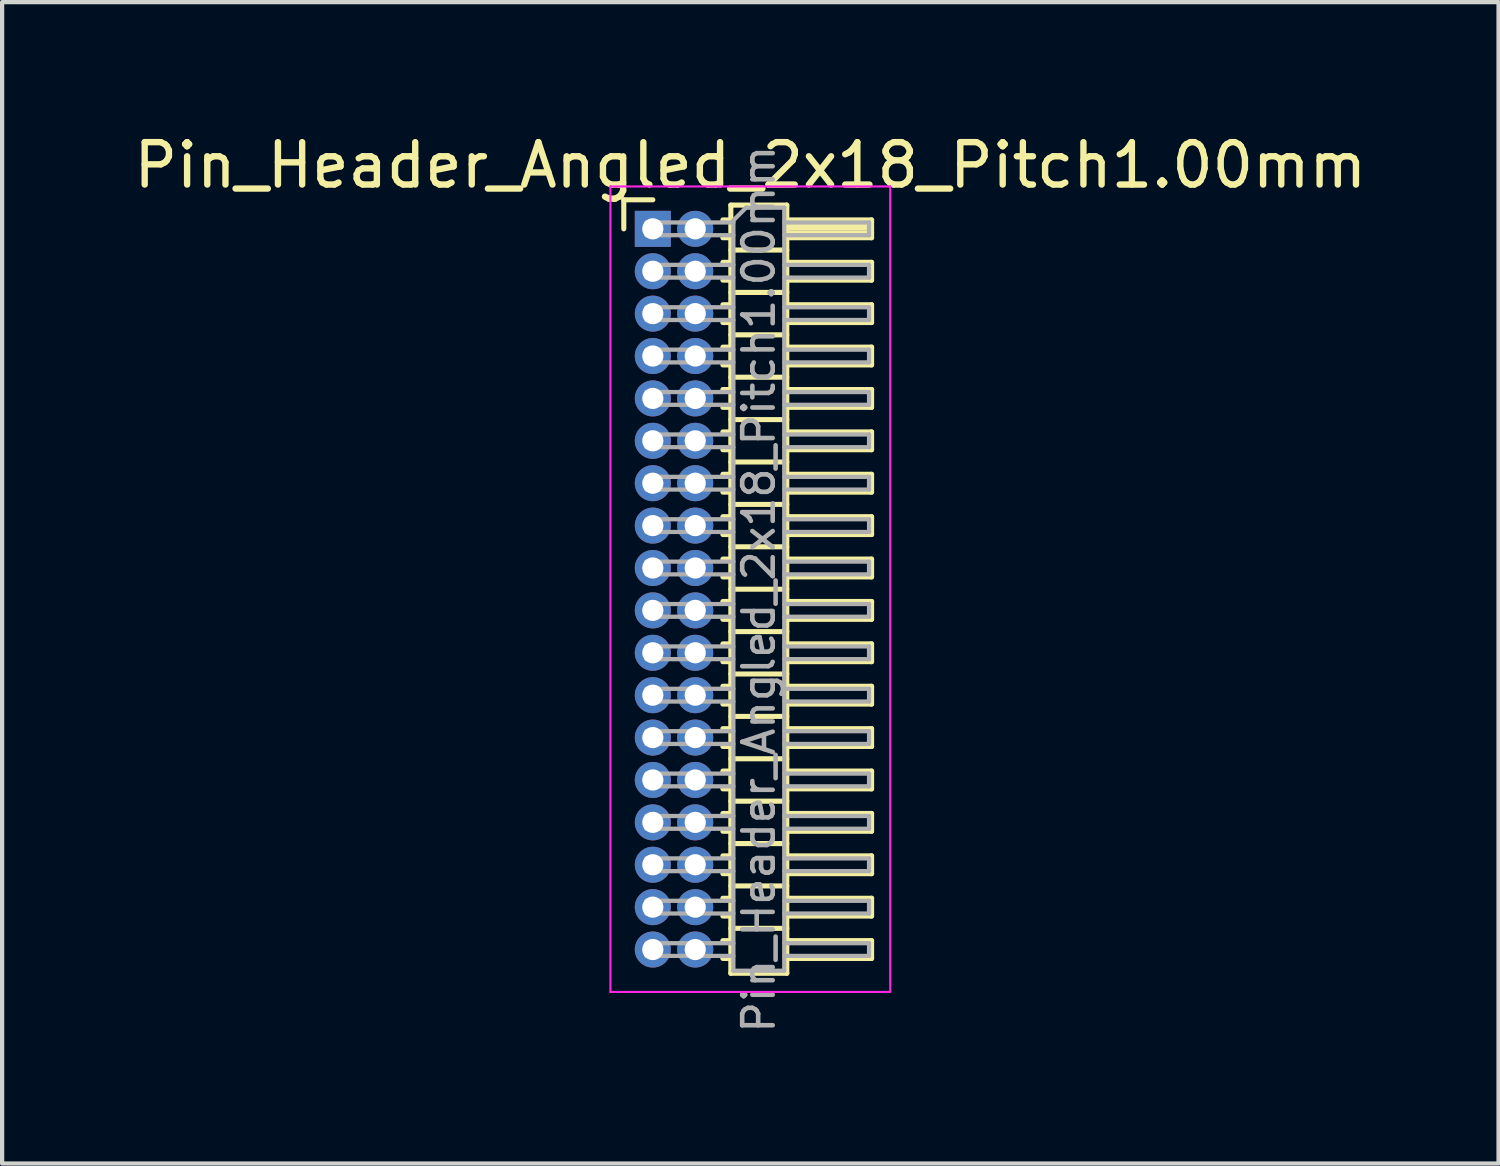
<source format=kicad_pcb>
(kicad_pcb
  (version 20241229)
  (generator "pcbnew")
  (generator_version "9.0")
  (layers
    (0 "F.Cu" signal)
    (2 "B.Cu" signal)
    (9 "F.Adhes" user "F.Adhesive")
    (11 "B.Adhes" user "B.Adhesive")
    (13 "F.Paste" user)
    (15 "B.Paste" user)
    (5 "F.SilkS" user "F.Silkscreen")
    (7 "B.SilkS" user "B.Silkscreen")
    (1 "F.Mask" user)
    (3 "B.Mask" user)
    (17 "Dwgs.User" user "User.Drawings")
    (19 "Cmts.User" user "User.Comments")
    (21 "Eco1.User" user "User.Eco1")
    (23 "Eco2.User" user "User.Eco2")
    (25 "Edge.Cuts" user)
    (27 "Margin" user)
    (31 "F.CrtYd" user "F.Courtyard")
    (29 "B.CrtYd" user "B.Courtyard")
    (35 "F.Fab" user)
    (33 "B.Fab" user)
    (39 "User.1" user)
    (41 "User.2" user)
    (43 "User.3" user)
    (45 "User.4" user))
  (footprint "Pin_Header_Angled_2x18_Pitch1.00mm"
    (layer "F.Cu")
    (at 12.349 2.348)
    (property "Reference" "Pin_Header_Angled_2x18_Pitch1.00mm" (at 2.3 -1.5 0) (layer "F.SilkS") (effects (font (size 1 1) (thickness 0.15))))
    (attr through_hole)
    (fp_line (start -0.685 -0.685) (end 0 -0.685) (stroke (width 0.12) (type solid)) (layer "F.SilkS"))
    (fp_line (start -0.685 0) (end -0.685 -0.685) (stroke (width 0.12) (type solid)) (layer "F.SilkS"))
    (fp_line (start 1.652 -0.21) (end 1.84 -0.21) (stroke (width 0.12) (type solid)) (layer "F.SilkS"))
    (fp_line (start 1.652 0.21) (end 1.84 0.21) (stroke (width 0.12) (type solid)) (layer "F.SilkS"))
    (fp_line (start 1.652 0.79) (end 1.84 0.79) (stroke (width 0.12) (type solid)) (layer "F.SilkS"))
    (fp_line (start 1.652 1.21) (end 1.84 1.21) (stroke (width 0.12) (type solid)) (layer "F.SilkS"))
    (fp_line (start 1.652 1.79) (end 1.84 1.79) (stroke (width 0.12) (type solid)) (layer "F.SilkS"))
    (fp_line (start 1.652 2.21) (end 1.84 2.21) (stroke (width 0.12) (type solid)) (layer "F.SilkS"))
    (fp_line (start 1.652 2.79) (end 1.84 2.79) (stroke (width 0.12) (type solid)) (layer "F.SilkS"))
    (fp_line (start 1.652 3.21) (end 1.84 3.21) (stroke (width 0.12) (type solid)) (layer "F.SilkS"))
    (fp_line (start 1.652 3.79) (end 1.84 3.79) (stroke (width 0.12) (type solid)) (layer "F.SilkS"))
    (fp_line (start 1.652 4.21) (end 1.84 4.21) (stroke (width 0.12) (type solid)) (layer "F.SilkS"))
    (fp_line (start 1.652 4.79) (end 1.84 4.79) (stroke (width 0.12) (type solid)) (layer "F.SilkS"))
    (fp_line (start 1.652 5.21) (end 1.84 5.21) (stroke (width 0.12) (type solid)) (layer "F.SilkS"))
    (fp_line (start 1.652 5.79) (end 1.84 5.79) (stroke (width 0.12) (type solid)) (layer "F.SilkS"))
    (fp_line (start 1.652 6.21) (end 1.84 6.21) (stroke (width 0.12) (type solid)) (layer "F.SilkS"))
    (fp_line (start 1.652 6.79) (end 1.84 6.79) (stroke (width 0.12) (type solid)) (layer "F.SilkS"))
    (fp_line (start 1.652 7.21) (end 1.84 7.21) (stroke (width 0.12) (type solid)) (layer "F.SilkS"))
    (fp_line (start 1.652 7.79) (end 1.84 7.79) (stroke (width 0.12) (type solid)) (layer "F.SilkS"))
    (fp_line (start 1.652 8.21) (end 1.84 8.21) (stroke (width 0.12) (type solid)) (layer "F.SilkS"))
    (fp_line (start 1.652 8.79) (end 1.84 8.79) (stroke (width 0.12) (type solid)) (layer "F.SilkS"))
    (fp_line (start 1.652 9.21) (end 1.84 9.21) (stroke (width 0.12) (type solid)) (layer "F.SilkS"))
    (fp_line (start 1.652 9.79) (end 1.84 9.79) (stroke (width 0.12) (type solid)) (layer "F.SilkS"))
    (fp_line (start 1.652 10.21) (end 1.84 10.21) (stroke (width 0.12) (type solid)) (layer "F.SilkS"))
    (fp_line (start 1.652 10.79) (end 1.84 10.79) (stroke (width 0.12) (type solid)) (layer "F.SilkS"))
    (fp_line (start 1.652 11.21) (end 1.84 11.21) (stroke (width 0.12) (type solid)) (layer "F.SilkS"))
    (fp_line (start 1.652 11.79) (end 1.84 11.79) (stroke (width 0.12) (type solid)) (layer "F.SilkS"))
    (fp_line (start 1.652 12.21) (end 1.84 12.21) (stroke (width 0.12) (type solid)) (layer "F.SilkS"))
    (fp_line (start 1.652 12.79) (end 1.84 12.79) (stroke (width 0.12) (type solid)) (layer "F.SilkS"))
    (fp_line (start 1.652 13.21) (end 1.84 13.21) (stroke (width 0.12) (type solid)) (layer "F.SilkS"))
    (fp_line (start 1.652 13.79) (end 1.84 13.79) (stroke (width 0.12) (type solid)) (layer "F.SilkS"))
    (fp_line (start 1.652 14.21) (end 1.84 14.21) (stroke (width 0.12) (type solid)) (layer "F.SilkS"))
    (fp_line (start 1.652 14.79) (end 1.84 14.79) (stroke (width 0.12) (type solid)) (layer "F.SilkS"))
    (fp_line (start 1.652 15.21) (end 1.84 15.21) (stroke (width 0.12) (type solid)) (layer "F.SilkS"))
    (fp_line (start 1.652 15.79) (end 1.84 15.79) (stroke (width 0.12) (type solid)) (layer "F.SilkS"))
    (fp_line (start 1.652 16.21) (end 1.84 16.21) (stroke (width 0.12) (type solid)) (layer "F.SilkS"))
    (fp_line (start 1.652 16.79) (end 1.84 16.79) (stroke (width 0.12) (type solid)) (layer "F.SilkS"))
    (fp_line (start 1.652 17.21) (end 1.84 17.21) (stroke (width 0.12) (type solid)) (layer "F.SilkS"))
    (fp_line (start 1.84 -0.56) (end 1.84 17.56) (stroke (width 0.12) (type solid)) (layer "F.SilkS"))
    (fp_line (start 1.84 0.5) (end 3.16 0.5) (stroke (width 0.12) (type solid)) (layer "F.SilkS"))
    (fp_line (start 1.84 1.5) (end 3.16 1.5) (stroke (width 0.12) (type solid)) (layer "F.SilkS"))
    (fp_line (start 1.84 2.5) (end 3.16 2.5) (stroke (width 0.12) (type solid)) (layer "F.SilkS"))
    (fp_line (start 1.84 3.5) (end 3.16 3.5) (stroke (width 0.12) (type solid)) (layer "F.SilkS"))
    (fp_line (start 1.84 4.5) (end 3.16 4.5) (stroke (width 0.12) (type solid)) (layer "F.SilkS"))
    (fp_line (start 1.84 5.5) (end 3.16 5.5) (stroke (width 0.12) (type solid)) (layer "F.SilkS"))
    (fp_line (start 1.84 6.5) (end 3.16 6.5) (stroke (width 0.12) (type solid)) (layer "F.SilkS"))
    (fp_line (start 1.84 7.5) (end 3.16 7.5) (stroke (width 0.12) (type solid)) (layer "F.SilkS"))
    (fp_line (start 1.84 8.5) (end 3.16 8.5) (stroke (width 0.12) (type solid)) (layer "F.SilkS"))
    (fp_line (start 1.84 9.5) (end 3.16 9.5) (stroke (width 0.12) (type solid)) (layer "F.SilkS"))
    (fp_line (start 1.84 10.5) (end 3.16 10.5) (stroke (width 0.12) (type solid)) (layer "F.SilkS"))
    (fp_line (start 1.84 11.5) (end 3.16 11.5) (stroke (width 0.12) (type solid)) (layer "F.SilkS"))
    (fp_line (start 1.84 12.5) (end 3.16 12.5) (stroke (width 0.12) (type solid)) (layer "F.SilkS"))
    (fp_line (start 1.84 13.5) (end 3.16 13.5) (stroke (width 0.12) (type solid)) (layer "F.SilkS"))
    (fp_line (start 1.84 14.5) (end 3.16 14.5) (stroke (width 0.12) (type solid)) (layer "F.SilkS"))
    (fp_line (start 1.84 15.5) (end 3.16 15.5) (stroke (width 0.12) (type solid)) (layer "F.SilkS"))
    (fp_line (start 1.84 16.5) (end 3.16 16.5) (stroke (width 0.12) (type solid)) (layer "F.SilkS"))
    (fp_line (start 1.84 17.56) (end 3.16 17.56) (stroke (width 0.12) (type solid)) (layer "F.SilkS"))
    (fp_line (start 3.16 -0.56) (end 1.84 -0.56) (stroke (width 0.12) (type solid)) (layer "F.SilkS"))
    (fp_line (start 3.16 -0.21) (end 5.16 -0.21) (stroke (width 0.12) (type solid)) (layer "F.SilkS"))
    (fp_line (start 3.16 -0.15) (end 5.16 -0.15) (stroke (width 0.12) (type solid)) (layer "F.SilkS"))
    (fp_line (start 3.16 -0.03) (end 5.16 -0.03) (stroke (width 0.12) (type solid)) (layer "F.SilkS"))
    (fp_line (start 3.16 0.09) (end 5.16 0.09) (stroke (width 0.12) (type solid)) (layer "F.SilkS"))
    (fp_line (start 3.16 0.79) (end 5.16 0.79) (stroke (width 0.12) (type solid)) (layer "F.SilkS"))
    (fp_line (start 3.16 1.79) (end 5.16 1.79) (stroke (width 0.12) (type solid)) (layer "F.SilkS"))
    (fp_line (start 3.16 2.79) (end 5.16 2.79) (stroke (width 0.12) (type solid)) (layer "F.SilkS"))
    (fp_line (start 3.16 3.79) (end 5.16 3.79) (stroke (width 0.12) (type solid)) (layer "F.SilkS"))
    (fp_line (start 3.16 4.79) (end 5.16 4.79) (stroke (width 0.12) (type solid)) (layer "F.SilkS"))
    (fp_line (start 3.16 5.79) (end 5.16 5.79) (stroke (width 0.12) (type solid)) (layer "F.SilkS"))
    (fp_line (start 3.16 6.79) (end 5.16 6.79) (stroke (width 0.12) (type solid)) (layer "F.SilkS"))
    (fp_line (start 3.16 7.79) (end 5.16 7.79) (stroke (width 0.12) (type solid)) (layer "F.SilkS"))
    (fp_line (start 3.16 8.79) (end 5.16 8.79) (stroke (width 0.12) (type solid)) (layer "F.SilkS"))
    (fp_line (start 3.16 9.79) (end 5.16 9.79) (stroke (width 0.12) (type solid)) (layer "F.SilkS"))
    (fp_line (start 3.16 10.79) (end 5.16 10.79) (stroke (width 0.12) (type solid)) (layer "F.SilkS"))
    (fp_line (start 3.16 11.79) (end 5.16 11.79) (stroke (width 0.12) (type solid)) (layer "F.SilkS"))
    (fp_line (start 3.16 12.79) (end 5.16 12.79) (stroke (width 0.12) (type solid)) (layer "F.SilkS"))
    (fp_line (start 3.16 13.79) (end 5.16 13.79) (stroke (width 0.12) (type solid)) (layer "F.SilkS"))
    (fp_line (start 3.16 14.79) (end 5.16 14.79) (stroke (width 0.12) (type solid)) (layer "F.SilkS"))
    (fp_line (start 3.16 15.79) (end 5.16 15.79) (stroke (width 0.12) (type solid)) (layer "F.SilkS"))
    (fp_line (start 3.16 16.79) (end 5.16 16.79) (stroke (width 0.12) (type solid)) (layer "F.SilkS"))
    (fp_line (start 3.16 17.56) (end 3.16 -0.56) (stroke (width 0.12) (type solid)) (layer "F.SilkS"))
    (fp_line (start 5.16 -0.21) (end 5.16 0.21) (stroke (width 0.12) (type solid)) (layer "F.SilkS"))
    (fp_line (start 5.16 0.21) (end 3.16 0.21) (stroke (width 0.12) (type solid)) (layer "F.SilkS"))
    (fp_line (start 5.16 0.79) (end 5.16 1.21) (stroke (width 0.12) (type solid)) (layer "F.SilkS"))
    (fp_line (start 5.16 1.21) (end 3.16 1.21) (stroke (width 0.12) (type solid)) (layer "F.SilkS"))
    (fp_line (start 5.16 1.79) (end 5.16 2.21) (stroke (width 0.12) (type solid)) (layer "F.SilkS"))
    (fp_line (start 5.16 2.21) (end 3.16 2.21) (stroke (width 0.12) (type solid)) (layer "F.SilkS"))
    (fp_line (start 5.16 2.79) (end 5.16 3.21) (stroke (width 0.12) (type solid)) (layer "F.SilkS"))
    (fp_line (start 5.16 3.21) (end 3.16 3.21) (stroke (width 0.12) (type solid)) (layer "F.SilkS"))
    (fp_line (start 5.16 3.79) (end 5.16 4.21) (stroke (width 0.12) (type solid)) (layer "F.SilkS"))
    (fp_line (start 5.16 4.21) (end 3.16 4.21) (stroke (width 0.12) (type solid)) (layer "F.SilkS"))
    (fp_line (start 5.16 4.79) (end 5.16 5.21) (stroke (width 0.12) (type solid)) (layer "F.SilkS"))
    (fp_line (start 5.16 5.21) (end 3.16 5.21) (stroke (width 0.12) (type solid)) (layer "F.SilkS"))
    (fp_line (start 5.16 5.79) (end 5.16 6.21) (stroke (width 0.12) (type solid)) (layer "F.SilkS"))
    (fp_line (start 5.16 6.21) (end 3.16 6.21) (stroke (width 0.12) (type solid)) (layer "F.SilkS"))
    (fp_line (start 5.16 6.79) (end 5.16 7.21) (stroke (width 0.12) (type solid)) (layer "F.SilkS"))
    (fp_line (start 5.16 7.21) (end 3.16 7.21) (stroke (width 0.12) (type solid)) (layer "F.SilkS"))
    (fp_line (start 5.16 7.79) (end 5.16 8.21) (stroke (width 0.12) (type solid)) (layer "F.SilkS"))
    (fp_line (start 5.16 8.21) (end 3.16 8.21) (stroke (width 0.12) (type solid)) (layer "F.SilkS"))
    (fp_line (start 5.16 8.79) (end 5.16 9.21) (stroke (width 0.12) (type solid)) (layer "F.SilkS"))
    (fp_line (start 5.16 9.21) (end 3.16 9.21) (stroke (width 0.12) (type solid)) (layer "F.SilkS"))
    (fp_line (start 5.16 9.79) (end 5.16 10.21) (stroke (width 0.12) (type solid)) (layer "F.SilkS"))
    (fp_line (start 5.16 10.21) (end 3.16 10.21) (stroke (width 0.12) (type solid)) (layer "F.SilkS"))
    (fp_line (start 5.16 10.79) (end 5.16 11.21) (stroke (width 0.12) (type solid)) (layer "F.SilkS"))
    (fp_line (start 5.16 11.21) (end 3.16 11.21) (stroke (width 0.12) (type solid)) (layer "F.SilkS"))
    (fp_line (start 5.16 11.79) (end 5.16 12.21) (stroke (width 0.12) (type solid)) (layer "F.SilkS"))
    (fp_line (start 5.16 12.21) (end 3.16 12.21) (stroke (width 0.12) (type solid)) (layer "F.SilkS"))
    (fp_line (start 5.16 12.79) (end 5.16 13.21) (stroke (width 0.12) (type solid)) (layer "F.SilkS"))
    (fp_line (start 5.16 13.21) (end 3.16 13.21) (stroke (width 0.12) (type solid)) (layer "F.SilkS"))
    (fp_line (start 5.16 13.79) (end 5.16 14.21) (stroke (width 0.12) (type solid)) (layer "F.SilkS"))
    (fp_line (start 5.16 14.21) (end 3.16 14.21) (stroke (width 0.12) (type solid)) (layer "F.SilkS"))
    (fp_line (start 5.16 14.79) (end 5.16 15.21) (stroke (width 0.12) (type solid)) (layer "F.SilkS"))
    (fp_line (start 5.16 15.21) (end 3.16 15.21) (stroke (width 0.12) (type solid)) (layer "F.SilkS"))
    (fp_line (start 5.16 15.79) (end 5.16 16.21) (stroke (width 0.12) (type solid)) (layer "F.SilkS"))
    (fp_line (start 5.16 16.21) (end 3.16 16.21) (stroke (width 0.12) (type solid)) (layer "F.SilkS"))
    (fp_line (start 5.16 16.79) (end 5.16 17.21) (stroke (width 0.12) (type solid)) (layer "F.SilkS"))
    (fp_line (start 5.16 17.21) (end 3.16 17.21) (stroke (width 0.12) (type solid)) (layer "F.SilkS"))
    (fp_line (start -1 -1) (end -1 18) (stroke (width 0.05) (type solid)) (layer "F.CrtYd"))
    (fp_line (start -1 18) (end 5.6 18) (stroke (width 0.05) (type solid)) (layer "F.CrtYd"))
    (fp_line (start 5.6 -1) (end -1 -1) (stroke (width 0.05) (type solid)) (layer "F.CrtYd"))
    (fp_line (start 5.6 18) (end 5.6 -1) (stroke (width 0.05) (type solid)) (layer "F.CrtYd"))
    (fp_line (start -0.15 -0.15) (end -0.15 0.15) (stroke (width 0.1) (type solid)) (layer "F.Fab"))
    (fp_line (start -0.15 -0.15) (end 1.9 -0.15) (stroke (width 0.1) (type solid)) (layer "F.Fab"))
    (fp_line (start -0.15 0.15) (end 1.9 0.15) (stroke (width 0.1) (type solid)) (layer "F.Fab"))
    (fp_line (start -0.15 0.85) (end -0.15 1.15) (stroke (width 0.1) (type solid)) (layer "F.Fab"))
    (fp_line (start -0.15 0.85) (end 1.9 0.85) (stroke (width 0.1) (type solid)) (layer "F.Fab"))
    (fp_line (start -0.15 1.15) (end 1.9 1.15) (stroke (width 0.1) (type solid)) (layer "F.Fab"))
    (fp_line (start -0.15 1.85) (end -0.15 2.15) (stroke (width 0.1) (type solid)) (layer "F.Fab"))
    (fp_line (start -0.15 1.85) (end 1.9 1.85) (stroke (width 0.1) (type solid)) (layer "F.Fab"))
    (fp_line (start -0.15 2.15) (end 1.9 2.15) (stroke (width 0.1) (type solid)) (layer "F.Fab"))
    (fp_line (start -0.15 2.85) (end -0.15 3.15) (stroke (width 0.1) (type solid)) (layer "F.Fab"))
    (fp_line (start -0.15 2.85) (end 1.9 2.85) (stroke (width 0.1) (type solid)) (layer "F.Fab"))
    (fp_line (start -0.15 3.15) (end 1.9 3.15) (stroke (width 0.1) (type solid)) (layer "F.Fab"))
    (fp_line (start -0.15 3.85) (end -0.15 4.15) (stroke (width 0.1) (type solid)) (layer "F.Fab"))
    (fp_line (start -0.15 3.85) (end 1.9 3.85) (stroke (width 0.1) (type solid)) (layer "F.Fab"))
    (fp_line (start -0.15 4.15) (end 1.9 4.15) (stroke (width 0.1) (type solid)) (layer "F.Fab"))
    (fp_line (start -0.15 4.85) (end -0.15 5.15) (stroke (width 0.1) (type solid)) (layer "F.Fab"))
    (fp_line (start -0.15 4.85) (end 1.9 4.85) (stroke (width 0.1) (type solid)) (layer "F.Fab"))
    (fp_line (start -0.15 5.15) (end 1.9 5.15) (stroke (width 0.1) (type solid)) (layer "F.Fab"))
    (fp_line (start -0.15 5.85) (end -0.15 6.15) (stroke (width 0.1) (type solid)) (layer "F.Fab"))
    (fp_line (start -0.15 5.85) (end 1.9 5.85) (stroke (width 0.1) (type solid)) (layer "F.Fab"))
    (fp_line (start -0.15 6.15) (end 1.9 6.15) (stroke (width 0.1) (type solid)) (layer "F.Fab"))
    (fp_line (start -0.15 6.85) (end -0.15 7.15) (stroke (width 0.1) (type solid)) (layer "F.Fab"))
    (fp_line (start -0.15 6.85) (end 1.9 6.85) (stroke (width 0.1) (type solid)) (layer "F.Fab"))
    (fp_line (start -0.15 7.15) (end 1.9 7.15) (stroke (width 0.1) (type solid)) (layer "F.Fab"))
    (fp_line (start -0.15 7.85) (end -0.15 8.15) (stroke (width 0.1) (type solid)) (layer "F.Fab"))
    (fp_line (start -0.15 7.85) (end 1.9 7.85) (stroke (width 0.1) (type solid)) (layer "F.Fab"))
    (fp_line (start -0.15 8.15) (end 1.9 8.15) (stroke (width 0.1) (type solid)) (layer "F.Fab"))
    (fp_line (start -0.15 8.85) (end -0.15 9.15) (stroke (width 0.1) (type solid)) (layer "F.Fab"))
    (fp_line (start -0.15 8.85) (end 1.9 8.85) (stroke (width 0.1) (type solid)) (layer "F.Fab"))
    (fp_line (start -0.15 9.15) (end 1.9 9.15) (stroke (width 0.1) (type solid)) (layer "F.Fab"))
    (fp_line (start -0.15 9.85) (end -0.15 10.15) (stroke (width 0.1) (type solid)) (layer "F.Fab"))
    (fp_line (start -0.15 9.85) (end 1.9 9.85) (stroke (width 0.1) (type solid)) (layer "F.Fab"))
    (fp_line (start -0.15 10.15) (end 1.9 10.15) (stroke (width 0.1) (type solid)) (layer "F.Fab"))
    (fp_line (start -0.15 10.85) (end -0.15 11.15) (stroke (width 0.1) (type solid)) (layer "F.Fab"))
    (fp_line (start -0.15 10.85) (end 1.9 10.85) (stroke (width 0.1) (type solid)) (layer "F.Fab"))
    (fp_line (start -0.15 11.15) (end 1.9 11.15) (stroke (width 0.1) (type solid)) (layer "F.Fab"))
    (fp_line (start -0.15 11.85) (end -0.15 12.15) (stroke (width 0.1) (type solid)) (layer "F.Fab"))
    (fp_line (start -0.15 11.85) (end 1.9 11.85) (stroke (width 0.1) (type solid)) (layer "F.Fab"))
    (fp_line (start -0.15 12.15) (end 1.9 12.15) (stroke (width 0.1) (type solid)) (layer "F.Fab"))
    (fp_line (start -0.15 12.85) (end -0.15 13.15) (stroke (width 0.1) (type solid)) (layer "F.Fab"))
    (fp_line (start -0.15 12.85) (end 1.9 12.85) (stroke (width 0.1) (type solid)) (layer "F.Fab"))
    (fp_line (start -0.15 13.15) (end 1.9 13.15) (stroke (width 0.1) (type solid)) (layer "F.Fab"))
    (fp_line (start -0.15 13.85) (end -0.15 14.15) (stroke (width 0.1) (type solid)) (layer "F.Fab"))
    (fp_line (start -0.15 13.85) (end 1.9 13.85) (stroke (width 0.1) (type solid)) (layer "F.Fab"))
    (fp_line (start -0.15 14.15) (end 1.9 14.15) (stroke (width 0.1) (type solid)) (layer "F.Fab"))
    (fp_line (start -0.15 14.85) (end -0.15 15.15) (stroke (width 0.1) (type solid)) (layer "F.Fab"))
    (fp_line (start -0.15 14.85) (end 1.9 14.85) (stroke (width 0.1) (type solid)) (layer "F.Fab"))
    (fp_line (start -0.15 15.15) (end 1.9 15.15) (stroke (width 0.1) (type solid)) (layer "F.Fab"))
    (fp_line (start -0.15 15.85) (end -0.15 16.15) (stroke (width 0.1) (type solid)) (layer "F.Fab"))
    (fp_line (start -0.15 15.85) (end 1.9 15.85) (stroke (width 0.1) (type solid)) (layer "F.Fab"))
    (fp_line (start -0.15 16.15) (end 1.9 16.15) (stroke (width 0.1) (type solid)) (layer "F.Fab"))
    (fp_line (start -0.15 16.85) (end -0.15 17.15) (stroke (width 0.1) (type solid)) (layer "F.Fab"))
    (fp_line (start -0.15 16.85) (end 1.9 16.85) (stroke (width 0.1) (type solid)) (layer "F.Fab"))
    (fp_line (start -0.15 17.15) (end 1.9 17.15) (stroke (width 0.1) (type solid)) (layer "F.Fab"))
    (fp_line (start 1.9 -0.2) (end 2.2 -0.5) (stroke (width 0.1) (type solid)) (layer "F.Fab"))
    (fp_line (start 1.9 17.5) (end 1.9 -0.2) (stroke (width 0.1) (type solid)) (layer "F.Fab"))
    (fp_line (start 2.2 -0.5) (end 3.1 -0.5) (stroke (width 0.1) (type solid)) (layer "F.Fab"))
    (fp_line (start 3.1 -0.5) (end 3.1 17.5) (stroke (width 0.1) (type solid)) (layer "F.Fab"))
    (fp_line (start 3.1 -0.15) (end 5.1 -0.15) (stroke (width 0.1) (type solid)) (layer "F.Fab"))
    (fp_line (start 3.1 0.15) (end 5.1 0.15) (stroke (width 0.1) (type solid)) (layer "F.Fab"))
    (fp_line (start 3.1 0.85) (end 5.1 0.85) (stroke (width 0.1) (type solid)) (layer "F.Fab"))
    (fp_line (start 3.1 1.15) (end 5.1 1.15) (stroke (width 0.1) (type solid)) (layer "F.Fab"))
    (fp_line (start 3.1 1.85) (end 5.1 1.85) (stroke (width 0.1) (type solid)) (layer "F.Fab"))
    (fp_line (start 3.1 2.15) (end 5.1 2.15) (stroke (width 0.1) (type solid)) (layer "F.Fab"))
    (fp_line (start 3.1 2.85) (end 5.1 2.85) (stroke (width 0.1) (type solid)) (layer "F.Fab"))
    (fp_line (start 3.1 3.15) (end 5.1 3.15) (stroke (width 0.1) (type solid)) (layer "F.Fab"))
    (fp_line (start 3.1 3.85) (end 5.1 3.85) (stroke (width 0.1) (type solid)) (layer "F.Fab"))
    (fp_line (start 3.1 4.15) (end 5.1 4.15) (stroke (width 0.1) (type solid)) (layer "F.Fab"))
    (fp_line (start 3.1 4.85) (end 5.1 4.85) (stroke (width 0.1) (type solid)) (layer "F.Fab"))
    (fp_line (start 3.1 5.15) (end 5.1 5.15) (stroke (width 0.1) (type solid)) (layer "F.Fab"))
    (fp_line (start 3.1 5.85) (end 5.1 5.85) (stroke (width 0.1) (type solid)) (layer "F.Fab"))
    (fp_line (start 3.1 6.15) (end 5.1 6.15) (stroke (width 0.1) (type solid)) (layer "F.Fab"))
    (fp_line (start 3.1 6.85) (end 5.1 6.85) (stroke (width 0.1) (type solid)) (layer "F.Fab"))
    (fp_line (start 3.1 7.15) (end 5.1 7.15) (stroke (width 0.1) (type solid)) (layer "F.Fab"))
    (fp_line (start 3.1 7.85) (end 5.1 7.85) (stroke (width 0.1) (type solid)) (layer "F.Fab"))
    (fp_line (start 3.1 8.15) (end 5.1 8.15) (stroke (width 0.1) (type solid)) (layer "F.Fab"))
    (fp_line (start 3.1 8.85) (end 5.1 8.85) (stroke (width 0.1) (type solid)) (layer "F.Fab"))
    (fp_line (start 3.1 9.15) (end 5.1 9.15) (stroke (width 0.1) (type solid)) (layer "F.Fab"))
    (fp_line (start 3.1 9.85) (end 5.1 9.85) (stroke (width 0.1) (type solid)) (layer "F.Fab"))
    (fp_line (start 3.1 10.15) (end 5.1 10.15) (stroke (width 0.1) (type solid)) (layer "F.Fab"))
    (fp_line (start 3.1 10.85) (end 5.1 10.85) (stroke (width 0.1) (type solid)) (layer "F.Fab"))
    (fp_line (start 3.1 11.15) (end 5.1 11.15) (stroke (width 0.1) (type solid)) (layer "F.Fab"))
    (fp_line (start 3.1 11.85) (end 5.1 11.85) (stroke (width 0.1) (type solid)) (layer "F.Fab"))
    (fp_line (start 3.1 12.15) (end 5.1 12.15) (stroke (width 0.1) (type solid)) (layer "F.Fab"))
    (fp_line (start 3.1 12.85) (end 5.1 12.85) (stroke (width 0.1) (type solid)) (layer "F.Fab"))
    (fp_line (start 3.1 13.15) (end 5.1 13.15) (stroke (width 0.1) (type solid)) (layer "F.Fab"))
    (fp_line (start 3.1 13.85) (end 5.1 13.85) (stroke (width 0.1) (type solid)) (layer "F.Fab"))
    (fp_line (start 3.1 14.15) (end 5.1 14.15) (stroke (width 0.1) (type solid)) (layer "F.Fab"))
    (fp_line (start 3.1 14.85) (end 5.1 14.85) (stroke (width 0.1) (type solid)) (layer "F.Fab"))
    (fp_line (start 3.1 15.15) (end 5.1 15.15) (stroke (width 0.1) (type solid)) (layer "F.Fab"))
    (fp_line (start 3.1 15.85) (end 5.1 15.85) (stroke (width 0.1) (type solid)) (layer "F.Fab"))
    (fp_line (start 3.1 16.15) (end 5.1 16.15) (stroke (width 0.1) (type solid)) (layer "F.Fab"))
    (fp_line (start 3.1 16.85) (end 5.1 16.85) (stroke (width 0.1) (type solid)) (layer "F.Fab"))
    (fp_line (start 3.1 17.15) (end 5.1 17.15) (stroke (width 0.1) (type solid)) (layer "F.Fab"))
    (fp_line (start 3.1 17.5) (end 1.9 17.5) (stroke (width 0.1) (type solid)) (layer "F.Fab"))
    (fp_line (start 5.1 -0.15) (end 5.1 0.15) (stroke (width 0.1) (type solid)) (layer "F.Fab"))
    (fp_line (start 5.1 0.85) (end 5.1 1.15) (stroke (width 0.1) (type solid)) (layer "F.Fab"))
    (fp_line (start 5.1 1.85) (end 5.1 2.15) (stroke (width 0.1) (type solid)) (layer "F.Fab"))
    (fp_line (start 5.1 2.85) (end 5.1 3.15) (stroke (width 0.1) (type solid)) (layer "F.Fab"))
    (fp_line (start 5.1 3.85) (end 5.1 4.15) (stroke (width 0.1) (type solid)) (layer "F.Fab"))
    (fp_line (start 5.1 4.85) (end 5.1 5.15) (stroke (width 0.1) (type solid)) (layer "F.Fab"))
    (fp_line (start 5.1 5.85) (end 5.1 6.15) (stroke (width 0.1) (type solid)) (layer "F.Fab"))
    (fp_line (start 5.1 6.85) (end 5.1 7.15) (stroke (width 0.1) (type solid)) (layer "F.Fab"))
    (fp_line (start 5.1 7.85) (end 5.1 8.15) (stroke (width 0.1) (type solid)) (layer "F.Fab"))
    (fp_line (start 5.1 8.85) (end 5.1 9.15) (stroke (width 0.1) (type solid)) (layer "F.Fab"))
    (fp_line (start 5.1 9.85) (end 5.1 10.15) (stroke (width 0.1) (type solid)) (layer "F.Fab"))
    (fp_line (start 5.1 10.85) (end 5.1 11.15) (stroke (width 0.1) (type solid)) (layer "F.Fab"))
    (fp_line (start 5.1 11.85) (end 5.1 12.15) (stroke (width 0.1) (type solid)) (layer "F.Fab"))
    (fp_line (start 5.1 12.85) (end 5.1 13.15) (stroke (width 0.1) (type solid)) (layer "F.Fab"))
    (fp_line (start 5.1 13.85) (end 5.1 14.15) (stroke (width 0.1) (type solid)) (layer "F.Fab"))
    (fp_line (start 5.1 14.85) (end 5.1 15.15) (stroke (width 0.1) (type solid)) (layer "F.Fab"))
    (fp_line (start 5.1 15.85) (end 5.1 16.15) (stroke (width 0.1) (type solid)) (layer "F.Fab"))
    (fp_line (start 5.1 16.85) (end 5.1 17.15) (stroke (width 0.1) (type solid)) (layer "F.Fab"))
    (fp_text user "${REFERENCE}" (at 2.5 8.5 90) (layer "F.Fab") (effects (font (size 0.72 0.72) (thickness 0.108))))
    (pad "1" thru_hole rect (at 0 0) (size 0.85 0.85) (drill 0.5) (layers "*.Cu" "*.Mask"))
    (pad "2" thru_hole oval (at 1 0) (size 0.85 0.85) (drill 0.5) (layers "*.Cu" "*.Mask"))
    (pad "3" thru_hole oval (at 0 1) (size 0.85 0.85) (drill 0.5) (layers "*.Cu" "*.Mask"))
    (pad "4" thru_hole oval (at 1 1) (size 0.85 0.85) (drill 0.5) (layers "*.Cu" "*.Mask"))
    (pad "5" thru_hole oval (at 0 2) (size 0.85 0.85) (drill 0.5) (layers "*.Cu" "*.Mask"))
    (pad "6" thru_hole oval (at 1 2) (size 0.85 0.85) (drill 0.5) (layers "*.Cu" "*.Mask"))
    (pad "7" thru_hole oval (at 0 3) (size 0.85 0.85) (drill 0.5) (layers "*.Cu" "*.Mask"))
    (pad "8" thru_hole oval (at 1 3) (size 0.85 0.85) (drill 0.5) (layers "*.Cu" "*.Mask"))
    (pad "9" thru_hole oval (at 0 4) (size 0.85 0.85) (drill 0.5) (layers "*.Cu" "*.Mask"))
    (pad "10" thru_hole oval (at 1 4) (size 0.85 0.85) (drill 0.5) (layers "*.Cu" "*.Mask"))
    (pad "11" thru_hole oval (at 0 5) (size 0.85 0.85) (drill 0.5) (layers "*.Cu" "*.Mask"))
    (pad "12" thru_hole oval (at 1 5) (size 0.85 0.85) (drill 0.5) (layers "*.Cu" "*.Mask"))
    (pad "13" thru_hole oval (at 0 6) (size 0.85 0.85) (drill 0.5) (layers "*.Cu" "*.Mask"))
    (pad "14" thru_hole oval (at 1 6) (size 0.85 0.85) (drill 0.5) (layers "*.Cu" "*.Mask"))
    (pad "15" thru_hole oval (at 0 7) (size 0.85 0.85) (drill 0.5) (layers "*.Cu" "*.Mask"))
    (pad "16" thru_hole oval (at 1 7) (size 0.85 0.85) (drill 0.5) (layers "*.Cu" "*.Mask"))
    (pad "17" thru_hole oval (at 0 8) (size 0.85 0.85) (drill 0.5) (layers "*.Cu" "*.Mask"))
    (pad "18" thru_hole oval (at 1 8) (size 0.85 0.85) (drill 0.5) (layers "*.Cu" "*.Mask"))
    (pad "19" thru_hole oval (at 0 9) (size 0.85 0.85) (drill 0.5) (layers "*.Cu" "*.Mask"))
    (pad "20" thru_hole oval (at 1 9) (size 0.85 0.85) (drill 0.5) (layers "*.Cu" "*.Mask"))
    (pad "21" thru_hole oval (at 0 10) (size 0.85 0.85) (drill 0.5) (layers "*.Cu" "*.Mask"))
    (pad "22" thru_hole oval (at 1 10) (size 0.85 0.85) (drill 0.5) (layers "*.Cu" "*.Mask"))
    (pad "23" thru_hole oval (at 0 11) (size 0.85 0.85) (drill 0.5) (layers "*.Cu" "*.Mask"))
    (pad "24" thru_hole oval (at 1 11) (size 0.85 0.85) (drill 0.5) (layers "*.Cu" "*.Mask"))
    (pad "25" thru_hole oval (at 0 12) (size 0.85 0.85) (drill 0.5) (layers "*.Cu" "*.Mask"))
    (pad "26" thru_hole oval (at 1 12) (size 0.85 0.85) (drill 0.5) (layers "*.Cu" "*.Mask"))
    (pad "27" thru_hole oval (at 0 13) (size 0.85 0.85) (drill 0.5) (layers "*.Cu" "*.Mask"))
    (pad "28" thru_hole oval (at 1 13) (size 0.85 0.85) (drill 0.5) (layers "*.Cu" "*.Mask"))
    (pad "29" thru_hole oval (at 0 14) (size 0.85 0.85) (drill 0.5) (layers "*.Cu" "*.Mask"))
    (pad "30" thru_hole oval (at 1 14) (size 0.85 0.85) (drill 0.5) (layers "*.Cu" "*.Mask"))
    (pad "31" thru_hole oval (at 0 15) (size 0.85 0.85) (drill 0.5) (layers "*.Cu" "*.Mask"))
    (pad "32" thru_hole oval (at 1 15) (size 0.85 0.85) (drill 0.5) (layers "*.Cu" "*.Mask"))
    (pad "33" thru_hole oval (at 0 16) (size 0.85 0.85) (drill 0.5) (layers "*.Cu" "*.Mask"))
    (pad "34" thru_hole oval (at 1 16) (size 0.85 0.85) (drill 0.5) (layers "*.Cu" "*.Mask"))
    (pad "35" thru_hole oval (at 0 17) (size 0.85 0.85) (drill 0.5) (layers "*.Cu" "*.Mask"))
    (pad "36" thru_hole oval (at 1 17) (size 0.85 0.85) (drill 0.5) (layers "*.Cu" "*.Mask")))
  (gr_rect
    (start -3 -3)
    (end 32.298 24.395)
    (stroke (width 0.1) (type default))
    (fill no)
    (layer "Edge.Cuts")))
</source>
